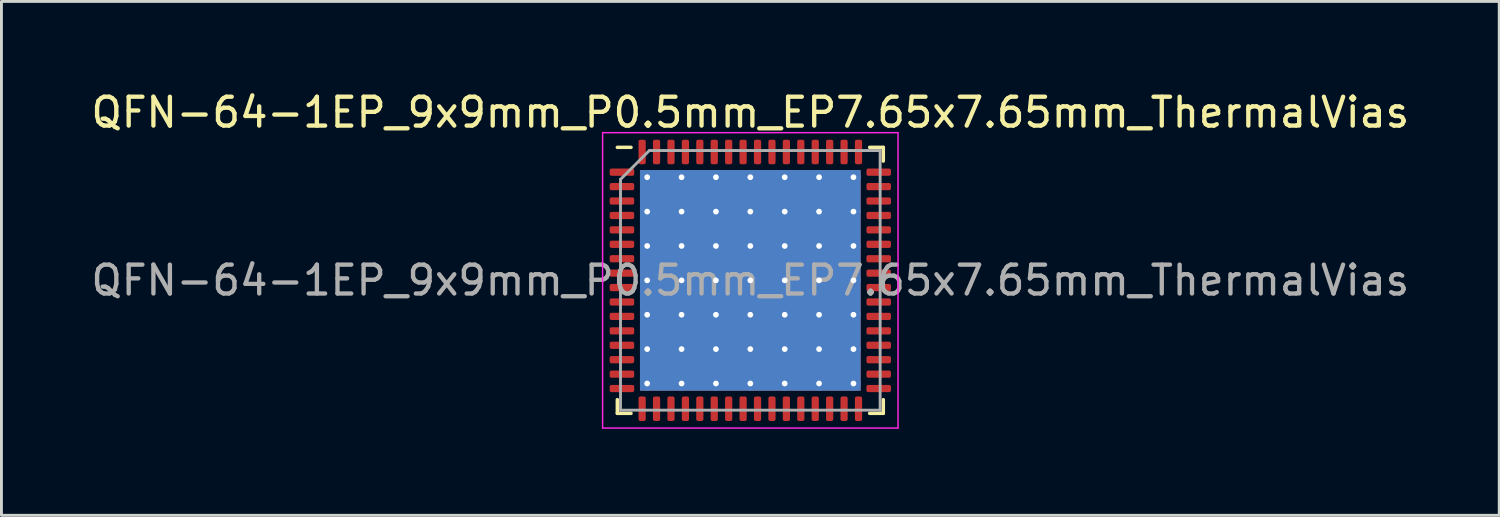
<source format=kicad_pcb>
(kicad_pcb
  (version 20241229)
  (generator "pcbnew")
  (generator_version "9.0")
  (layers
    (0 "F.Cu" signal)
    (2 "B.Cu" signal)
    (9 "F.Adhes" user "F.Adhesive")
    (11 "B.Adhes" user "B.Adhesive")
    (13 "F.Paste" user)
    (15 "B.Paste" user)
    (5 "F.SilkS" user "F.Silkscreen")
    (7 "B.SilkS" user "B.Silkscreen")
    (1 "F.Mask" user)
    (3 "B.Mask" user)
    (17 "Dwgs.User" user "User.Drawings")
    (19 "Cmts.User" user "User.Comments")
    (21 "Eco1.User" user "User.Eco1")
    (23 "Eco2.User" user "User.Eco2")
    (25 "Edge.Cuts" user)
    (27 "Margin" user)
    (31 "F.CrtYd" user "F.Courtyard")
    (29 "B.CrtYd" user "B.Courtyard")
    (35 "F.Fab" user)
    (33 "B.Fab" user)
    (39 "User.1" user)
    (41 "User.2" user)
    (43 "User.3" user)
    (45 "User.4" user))
  (footprint "QFN-64-1EP_9x9mm_P0.5mm_EP7.65x7.65mm_ThermalVias"
    (layer "F.Cu")
    (at 22.958 6.668)
    (property "Reference" "QFN-64-1EP_9x9mm_P0.5mm_EP7.65x7.65mm_ThermalVias" (at 0 -5.82 0) (layer "F.SilkS") (effects (font (size 1 1) (thickness 0.15))))
    (attr smd)
    (fp_line (start -4.61 4.61) (end -4.61 4.135) (stroke (width 0.12) (type solid)) (layer "F.SilkS"))
    (fp_line (start -4.135 -4.61) (end -4.61 -4.61) (stroke (width 0.12) (type solid)) (layer "F.SilkS"))
    (fp_line (start -4.135 4.61) (end -4.61 4.61) (stroke (width 0.12) (type solid)) (layer "F.SilkS"))
    (fp_line (start 4.135 -4.61) (end 4.61 -4.61) (stroke (width 0.12) (type solid)) (layer "F.SilkS"))
    (fp_line (start 4.135 4.61) (end 4.61 4.61) (stroke (width 0.12) (type solid)) (layer "F.SilkS"))
    (fp_line (start 4.61 -4.61) (end 4.61 -4.135) (stroke (width 0.12) (type solid)) (layer "F.SilkS"))
    (fp_line (start 4.61 4.61) (end 4.61 4.135) (stroke (width 0.12) (type solid)) (layer "F.SilkS"))
    (fp_line (start -5.12 -5.12) (end -5.12 5.12) (stroke (width 0.05) (type solid)) (layer "F.CrtYd"))
    (fp_line (start -5.12 5.12) (end 5.12 5.12) (stroke (width 0.05) (type solid)) (layer "F.CrtYd"))
    (fp_line (start 5.12 -5.12) (end -5.12 -5.12) (stroke (width 0.05) (type solid)) (layer "F.CrtYd"))
    (fp_line (start 5.12 5.12) (end 5.12 -5.12) (stroke (width 0.05) (type solid)) (layer "F.CrtYd"))
    (fp_line (start -4.5 -3.5) (end -3.5 -4.5) (stroke (width 0.1) (type solid)) (layer "F.Fab"))
    (fp_line (start -4.5 4.5) (end -4.5 -3.5) (stroke (width 0.1) (type solid)) (layer "F.Fab"))
    (fp_line (start -3.5 -4.5) (end 4.5 -4.5) (stroke (width 0.1) (type solid)) (layer "F.Fab"))
    (fp_line (start 4.5 -4.5) (end 4.5 4.5) (stroke (width 0.1) (type solid)) (layer "F.Fab"))
    (fp_line (start 4.5 4.5) (end -4.5 4.5) (stroke (width 0.1) (type solid)) (layer "F.Fab"))
    (fp_text user "${REFERENCE}" (at 0 0 0) (layer "F.Fab") (effects (font (size 1 1) (thickness 0.15))))
    (pad "" smd roundrect (at -2.979 -2.979) (size 1.028 1.028) (layers "F.Paste") (roundrect_rratio 0.243))
    (pad "" smd roundrect (at -2.979 -1.788) (size 1.028 1.028) (layers "F.Paste") (roundrect_rratio 0.243))
    (pad "" smd roundrect (at -2.979 -0.596) (size 1.028 1.028) (layers "F.Paste") (roundrect_rratio 0.243))
    (pad "" smd roundrect (at -2.979 0.596) (size 1.028 1.028) (layers "F.Paste") (roundrect_rratio 0.243))
    (pad "" smd roundrect (at -2.979 1.788) (size 1.028 1.028) (layers "F.Paste") (roundrect_rratio 0.243))
    (pad "" smd roundrect (at -2.979 2.979) (size 1.028 1.028) (layers "F.Paste") (roundrect_rratio 0.243))
    (pad "" smd roundrect (at -1.788 -2.979) (size 1.028 1.028) (layers "F.Paste") (roundrect_rratio 0.243))
    (pad "" smd roundrect (at -1.788 -1.788) (size 1.028 1.028) (layers "F.Paste") (roundrect_rratio 0.243))
    (pad "" smd roundrect (at -1.788 -0.596) (size 1.028 1.028) (layers "F.Paste") (roundrect_rratio 0.243))
    (pad "" smd roundrect (at -1.788 0.596) (size 1.028 1.028) (layers "F.Paste") (roundrect_rratio 0.243))
    (pad "" smd roundrect (at -1.788 1.788) (size 1.028 1.028) (layers "F.Paste") (roundrect_rratio 0.243))
    (pad "" smd roundrect (at -1.788 2.979) (size 1.028 1.028) (layers "F.Paste") (roundrect_rratio 0.243))
    (pad "" smd roundrect (at -0.596 -2.979) (size 1.028 1.028) (layers "F.Paste") (roundrect_rratio 0.243))
    (pad "" smd roundrect (at -0.596 -1.788) (size 1.028 1.028) (layers "F.Paste") (roundrect_rratio 0.243))
    (pad "" smd roundrect (at -0.596 -0.596) (size 1.028 1.028) (layers "F.Paste") (roundrect_rratio 0.243))
    (pad "" smd roundrect (at -0.596 0.596) (size 1.028 1.028) (layers "F.Paste") (roundrect_rratio 0.243))
    (pad "" smd roundrect (at -0.596 1.788) (size 1.028 1.028) (layers "F.Paste") (roundrect_rratio 0.243))
    (pad "" smd roundrect (at -0.596 2.979) (size 1.028 1.028) (layers "F.Paste") (roundrect_rratio 0.243))
    (pad "" smd roundrect (at 0.596 -2.979) (size 1.028 1.028) (layers "F.Paste") (roundrect_rratio 0.243))
    (pad "" smd roundrect (at 0.596 -1.788) (size 1.028 1.028) (layers "F.Paste") (roundrect_rratio 0.243))
    (pad "" smd roundrect (at 0.596 -0.596) (size 1.028 1.028) (layers "F.Paste") (roundrect_rratio 0.243))
    (pad "" smd roundrect (at 0.596 0.596) (size 1.028 1.028) (layers "F.Paste") (roundrect_rratio 0.243))
    (pad "" smd roundrect (at 0.596 1.788) (size 1.028 1.028) (layers "F.Paste") (roundrect_rratio 0.243))
    (pad "" smd roundrect (at 0.596 2.979) (size 1.028 1.028) (layers "F.Paste") (roundrect_rratio 0.243))
    (pad "" smd roundrect (at 1.788 -2.979) (size 1.028 1.028) (layers "F.Paste") (roundrect_rratio 0.243))
    (pad "" smd roundrect (at 1.788 -1.788) (size 1.028 1.028) (layers "F.Paste") (roundrect_rratio 0.243))
    (pad "" smd roundrect (at 1.788 -0.596) (size 1.028 1.028) (layers "F.Paste") (roundrect_rratio 0.243))
    (pad "" smd roundrect (at 1.788 0.596) (size 1.028 1.028) (layers "F.Paste") (roundrect_rratio 0.243))
    (pad "" smd roundrect (at 1.788 1.788) (size 1.028 1.028) (layers "F.Paste") (roundrect_rratio 0.243))
    (pad "" smd roundrect (at 1.788 2.979) (size 1.028 1.028) (layers "F.Paste") (roundrect_rratio 0.243))
    (pad "" smd roundrect (at 2.979 -2.979) (size 1.028 1.028) (layers "F.Paste") (roundrect_rratio 0.243))
    (pad "" smd roundrect (at 2.979 -1.788) (size 1.028 1.028) (layers "F.Paste") (roundrect_rratio 0.243))
    (pad "" smd roundrect (at 2.979 -0.596) (size 1.028 1.028) (layers "F.Paste") (roundrect_rratio 0.243))
    (pad "" smd roundrect (at 2.979 0.596) (size 1.028 1.028) (layers "F.Paste") (roundrect_rratio 0.243))
    (pad "" smd roundrect (at 2.979 1.788) (size 1.028 1.028) (layers "F.Paste") (roundrect_rratio 0.243))
    (pad "" smd roundrect (at 2.979 2.979) (size 1.028 1.028) (layers "F.Paste") (roundrect_rratio 0.243))
    (pad "1" smd roundrect (at -4.45 -3.75) (size 0.85 0.25) (layers "F.Cu" "F.Mask" "F.Paste") (roundrect_rratio 0.25))
    (pad "2" smd roundrect (at -4.45 -3.25) (size 0.85 0.25) (layers "F.Cu" "F.Mask" "F.Paste") (roundrect_rratio 0.25))
    (pad "3" smd roundrect (at -4.45 -2.75) (size 0.85 0.25) (layers "F.Cu" "F.Mask" "F.Paste") (roundrect_rratio 0.25))
    (pad "4" smd roundrect (at -4.45 -2.25) (size 0.85 0.25) (layers "F.Cu" "F.Mask" "F.Paste") (roundrect_rratio 0.25))
    (pad "5" smd roundrect (at -4.45 -1.75) (size 0.85 0.25) (layers "F.Cu" "F.Mask" "F.Paste") (roundrect_rratio 0.25))
    (pad "6" smd roundrect (at -4.45 -1.25) (size 0.85 0.25) (layers "F.Cu" "F.Mask" "F.Paste") (roundrect_rratio 0.25))
    (pad "7" smd roundrect (at -4.45 -0.75) (size 0.85 0.25) (layers "F.Cu" "F.Mask" "F.Paste") (roundrect_rratio 0.25))
    (pad "8" smd roundrect (at -4.45 -0.25) (size 0.85 0.25) (layers "F.Cu" "F.Mask" "F.Paste") (roundrect_rratio 0.25))
    (pad "9" smd roundrect (at -4.45 0.25) (size 0.85 0.25) (layers "F.Cu" "F.Mask" "F.Paste") (roundrect_rratio 0.25))
    (pad "10" smd roundrect (at -4.45 0.75) (size 0.85 0.25) (layers "F.Cu" "F.Mask" "F.Paste") (roundrect_rratio 0.25))
    (pad "11" smd roundrect (at -4.45 1.25) (size 0.85 0.25) (layers "F.Cu" "F.Mask" "F.Paste") (roundrect_rratio 0.25))
    (pad "12" smd roundrect (at -4.45 1.75) (size 0.85 0.25) (layers "F.Cu" "F.Mask" "F.Paste") (roundrect_rratio 0.25))
    (pad "13" smd roundrect (at -4.45 2.25) (size 0.85 0.25) (layers "F.Cu" "F.Mask" "F.Paste") (roundrect_rratio 0.25))
    (pad "14" smd roundrect (at -4.45 2.75) (size 0.85 0.25) (layers "F.Cu" "F.Mask" "F.Paste") (roundrect_rratio 0.25))
    (pad "15" smd roundrect (at -4.45 3.25) (size 0.85 0.25) (layers "F.Cu" "F.Mask" "F.Paste") (roundrect_rratio 0.25))
    (pad "16" smd roundrect (at -4.45 3.75) (size 0.85 0.25) (layers "F.Cu" "F.Mask" "F.Paste") (roundrect_rratio 0.25))
    (pad "17" smd roundrect (at -3.75 4.45) (size 0.25 0.85) (layers "F.Cu" "F.Mask" "F.Paste") (roundrect_rratio 0.25))
    (pad "18" smd roundrect (at -3.25 4.45) (size 0.25 0.85) (layers "F.Cu" "F.Mask" "F.Paste") (roundrect_rratio 0.25))
    (pad "19" smd roundrect (at -2.75 4.45) (size 0.25 0.85) (layers "F.Cu" "F.Mask" "F.Paste") (roundrect_rratio 0.25))
    (pad "20" smd roundrect (at -2.25 4.45) (size 0.25 0.85) (layers "F.Cu" "F.Mask" "F.Paste") (roundrect_rratio 0.25))
    (pad "21" smd roundrect (at -1.75 4.45) (size 0.25 0.85) (layers "F.Cu" "F.Mask" "F.Paste") (roundrect_rratio 0.25))
    (pad "22" smd roundrect (at -1.25 4.45) (size 0.25 0.85) (layers "F.Cu" "F.Mask" "F.Paste") (roundrect_rratio 0.25))
    (pad "23" smd roundrect (at -0.75 4.45) (size 0.25 0.85) (layers "F.Cu" "F.Mask" "F.Paste") (roundrect_rratio 0.25))
    (pad "24" smd roundrect (at -0.25 4.45) (size 0.25 0.85) (layers "F.Cu" "F.Mask" "F.Paste") (roundrect_rratio 0.25))
    (pad "25" smd roundrect (at 0.25 4.45) (size 0.25 0.85) (layers "F.Cu" "F.Mask" "F.Paste") (roundrect_rratio 0.25))
    (pad "26" smd roundrect (at 0.75 4.45) (size 0.25 0.85) (layers "F.Cu" "F.Mask" "F.Paste") (roundrect_rratio 0.25))
    (pad "27" smd roundrect (at 1.25 4.45) (size 0.25 0.85) (layers "F.Cu" "F.Mask" "F.Paste") (roundrect_rratio 0.25))
    (pad "28" smd roundrect (at 1.75 4.45) (size 0.25 0.85) (layers "F.Cu" "F.Mask" "F.Paste") (roundrect_rratio 0.25))
    (pad "29" smd roundrect (at 2.25 4.45) (size 0.25 0.85) (layers "F.Cu" "F.Mask" "F.Paste") (roundrect_rratio 0.25))
    (pad "30" smd roundrect (at 2.75 4.45) (size 0.25 0.85) (layers "F.Cu" "F.Mask" "F.Paste") (roundrect_rratio 0.25))
    (pad "31" smd roundrect (at 3.25 4.45) (size 0.25 0.85) (layers "F.Cu" "F.Mask" "F.Paste") (roundrect_rratio 0.25))
    (pad "32" smd roundrect (at 3.75 4.45) (size 0.25 0.85) (layers "F.Cu" "F.Mask" "F.Paste") (roundrect_rratio 0.25))
    (pad "33" smd roundrect (at 4.45 3.75) (size 0.85 0.25) (layers "F.Cu" "F.Mask" "F.Paste") (roundrect_rratio 0.25))
    (pad "34" smd roundrect (at 4.45 3.25) (size 0.85 0.25) (layers "F.Cu" "F.Mask" "F.Paste") (roundrect_rratio 0.25))
    (pad "35" smd roundrect (at 4.45 2.75) (size 0.85 0.25) (layers "F.Cu" "F.Mask" "F.Paste") (roundrect_rratio 0.25))
    (pad "36" smd roundrect (at 4.45 2.25) (size 0.85 0.25) (layers "F.Cu" "F.Mask" "F.Paste") (roundrect_rratio 0.25))
    (pad "37" smd roundrect (at 4.45 1.75) (size 0.85 0.25) (layers "F.Cu" "F.Mask" "F.Paste") (roundrect_rratio 0.25))
    (pad "38" smd roundrect (at 4.45 1.25) (size 0.85 0.25) (layers "F.Cu" "F.Mask" "F.Paste") (roundrect_rratio 0.25))
    (pad "39" smd roundrect (at 4.45 0.75) (size 0.85 0.25) (layers "F.Cu" "F.Mask" "F.Paste") (roundrect_rratio 0.25))
    (pad "40" smd roundrect (at 4.45 0.25) (size 0.85 0.25) (layers "F.Cu" "F.Mask" "F.Paste") (roundrect_rratio 0.25))
    (pad "41" smd roundrect (at 4.45 -0.25) (size 0.85 0.25) (layers "F.Cu" "F.Mask" "F.Paste") (roundrect_rratio 0.25))
    (pad "42" smd roundrect (at 4.45 -0.75) (size 0.85 0.25) (layers "F.Cu" "F.Mask" "F.Paste") (roundrect_rratio 0.25))
    (pad "43" smd roundrect (at 4.45 -1.25) (size 0.85 0.25) (layers "F.Cu" "F.Mask" "F.Paste") (roundrect_rratio 0.25))
    (pad "44" smd roundrect (at 4.45 -1.75) (size 0.85 0.25) (layers "F.Cu" "F.Mask" "F.Paste") (roundrect_rratio 0.25))
    (pad "45" smd roundrect (at 4.45 -2.25) (size 0.85 0.25) (layers "F.Cu" "F.Mask" "F.Paste") (roundrect_rratio 0.25))
    (pad "46" smd roundrect (at 4.45 -2.75) (size 0.85 0.25) (layers "F.Cu" "F.Mask" "F.Paste") (roundrect_rratio 0.25))
    (pad "47" smd roundrect (at 4.45 -3.25) (size 0.85 0.25) (layers "F.Cu" "F.Mask" "F.Paste") (roundrect_rratio 0.25))
    (pad "48" smd roundrect (at 4.45 -3.75) (size 0.85 0.25) (layers "F.Cu" "F.Mask" "F.Paste") (roundrect_rratio 0.25))
    (pad "49" smd roundrect (at 3.75 -4.45) (size 0.25 0.85) (layers "F.Cu" "F.Mask" "F.Paste") (roundrect_rratio 0.25))
    (pad "50" smd roundrect (at 3.25 -4.45) (size 0.25 0.85) (layers "F.Cu" "F.Mask" "F.Paste") (roundrect_rratio 0.25))
    (pad "51" smd roundrect (at 2.75 -4.45) (size 0.25 0.85) (layers "F.Cu" "F.Mask" "F.Paste") (roundrect_rratio 0.25))
    (pad "52" smd roundrect (at 2.25 -4.45) (size 0.25 0.85) (layers "F.Cu" "F.Mask" "F.Paste") (roundrect_rratio 0.25))
    (pad "53" smd roundrect (at 1.75 -4.45) (size 0.25 0.85) (layers "F.Cu" "F.Mask" "F.Paste") (roundrect_rratio 0.25))
    (pad "54" smd roundrect (at 1.25 -4.45) (size 0.25 0.85) (layers "F.Cu" "F.Mask" "F.Paste") (roundrect_rratio 0.25))
    (pad "55" smd roundrect (at 0.75 -4.45) (size 0.25 0.85) (layers "F.Cu" "F.Mask" "F.Paste") (roundrect_rratio 0.25))
    (pad "56" smd roundrect (at 0.25 -4.45) (size 0.25 0.85) (layers "F.Cu" "F.Mask" "F.Paste") (roundrect_rratio 0.25))
    (pad "57" smd roundrect (at -0.25 -4.45) (size 0.25 0.85) (layers "F.Cu" "F.Mask" "F.Paste") (roundrect_rratio 0.25))
    (pad "58" smd roundrect (at -0.75 -4.45) (size 0.25 0.85) (layers "F.Cu" "F.Mask" "F.Paste") (roundrect_rratio 0.25))
    (pad "59" smd roundrect (at -1.25 -4.45) (size 0.25 0.85) (layers "F.Cu" "F.Mask" "F.Paste") (roundrect_rratio 0.25))
    (pad "60" smd roundrect (at -1.75 -4.45) (size 0.25 0.85) (layers "F.Cu" "F.Mask" "F.Paste") (roundrect_rratio 0.25))
    (pad "61" smd roundrect (at -2.25 -4.45) (size 0.25 0.85) (layers "F.Cu" "F.Mask" "F.Paste") (roundrect_rratio 0.25))
    (pad "62" smd roundrect (at -2.75 -4.45) (size 0.25 0.85) (layers "F.Cu" "F.Mask" "F.Paste") (roundrect_rratio 0.25))
    (pad "63" smd roundrect (at -3.25 -4.45) (size 0.25 0.85) (layers "F.Cu" "F.Mask" "F.Paste") (roundrect_rratio 0.25))
    (pad "64" smd roundrect (at -3.75 -4.45) (size 0.25 0.85) (layers "F.Cu" "F.Mask" "F.Paste") (roundrect_rratio 0.25))
    (pad "65" thru_hole circle (at -3.575 -3.575) (size 0.5 0.5) (drill 0.2) (layers "*.Cu"))
    (pad "65" thru_hole circle (at -3.575 -2.383) (size 0.5 0.5) (drill 0.2) (layers "*.Cu"))
    (pad "65" thru_hole circle (at -3.575 -1.192) (size 0.5 0.5) (drill 0.2) (layers "*.Cu"))
    (pad "65" thru_hole circle (at -3.575 0) (size 0.5 0.5) (drill 0.2) (layers "*.Cu"))
    (pad "65" thru_hole circle (at -3.575 1.192) (size 0.5 0.5) (drill 0.2) (layers "*.Cu"))
    (pad "65" thru_hole circle (at -3.575 2.383) (size 0.5 0.5) (drill 0.2) (layers "*.Cu"))
    (pad "65" thru_hole circle (at -3.575 3.575) (size 0.5 0.5) (drill 0.2) (layers "*.Cu"))
    (pad "65" thru_hole circle (at -2.383 -3.575) (size 0.5 0.5) (drill 0.2) (layers "*.Cu"))
    (pad "65" thru_hole circle (at -2.383 -2.383) (size 0.5 0.5) (drill 0.2) (layers "*.Cu"))
    (pad "65" thru_hole circle (at -2.383 -1.192) (size 0.5 0.5) (drill 0.2) (layers "*.Cu"))
    (pad "65" thru_hole circle (at -2.383 0) (size 0.5 0.5) (drill 0.2) (layers "*.Cu"))
    (pad "65" thru_hole circle (at -2.383 1.192) (size 0.5 0.5) (drill 0.2) (layers "*.Cu"))
    (pad "65" thru_hole circle (at -2.383 2.383) (size 0.5 0.5) (drill 0.2) (layers "*.Cu"))
    (pad "65" thru_hole circle (at -2.383 3.575) (size 0.5 0.5) (drill 0.2) (layers "*.Cu"))
    (pad "65" thru_hole circle (at -1.192 -3.575) (size 0.5 0.5) (drill 0.2) (layers "*.Cu"))
    (pad "65" thru_hole circle (at -1.192 -2.383) (size 0.5 0.5) (drill 0.2) (layers "*.Cu"))
    (pad "65" thru_hole circle (at -1.192 -1.192) (size 0.5 0.5) (drill 0.2) (layers "*.Cu"))
    (pad "65" thru_hole circle (at -1.192 0) (size 0.5 0.5) (drill 0.2) (layers "*.Cu"))
    (pad "65" thru_hole circle (at -1.192 1.192) (size 0.5 0.5) (drill 0.2) (layers "*.Cu"))
    (pad "65" thru_hole circle (at -1.192 2.383) (size 0.5 0.5) (drill 0.2) (layers "*.Cu"))
    (pad "65" thru_hole circle (at -1.192 3.575) (size 0.5 0.5) (drill 0.2) (layers "*.Cu"))
    (pad "65" thru_hole circle (at 0 -3.575) (size 0.5 0.5) (drill 0.2) (layers "*.Cu"))
    (pad "65" thru_hole circle (at 0 -2.383) (size 0.5 0.5) (drill 0.2) (layers "*.Cu"))
    (pad "65" thru_hole circle (at 0 -1.192) (size 0.5 0.5) (drill 0.2) (layers "*.Cu"))
    (pad "65" thru_hole circle (at 0 0) (size 0.5 0.5) (drill 0.2) (layers "*.Cu"))
    (pad "65" smd rect (at 0 0) (size 7.65 7.65) (layers "F.Cu" "F.Mask"))
    (pad "65" smd rect (at 0 0) (size 7.65 7.65) (layers "B.Cu"))
    (pad "65" thru_hole circle (at 0 1.192) (size 0.5 0.5) (drill 0.2) (layers "*.Cu"))
    (pad "65" thru_hole circle (at 0 2.383) (size 0.5 0.5) (drill 0.2) (layers "*.Cu"))
    (pad "65" thru_hole circle (at 0 3.575) (size 0.5 0.5) (drill 0.2) (layers "*.Cu"))
    (pad "65" thru_hole circle (at 1.192 -3.575) (size 0.5 0.5) (drill 0.2) (layers "*.Cu"))
    (pad "65" thru_hole circle (at 1.192 -2.383) (size 0.5 0.5) (drill 0.2) (layers "*.Cu"))
    (pad "65" thru_hole circle (at 1.192 -1.192) (size 0.5 0.5) (drill 0.2) (layers "*.Cu"))
    (pad "65" thru_hole circle (at 1.192 0) (size 0.5 0.5) (drill 0.2) (layers "*.Cu"))
    (pad "65" thru_hole circle (at 1.192 1.192) (size 0.5 0.5) (drill 0.2) (layers "*.Cu"))
    (pad "65" thru_hole circle (at 1.192 2.383) (size 0.5 0.5) (drill 0.2) (layers "*.Cu"))
    (pad "65" thru_hole circle (at 1.192 3.575) (size 0.5 0.5) (drill 0.2) (layers "*.Cu"))
    (pad "65" thru_hole circle (at 2.383 -3.575) (size 0.5 0.5) (drill 0.2) (layers "*.Cu"))
    (pad "65" thru_hole circle (at 2.383 -2.383) (size 0.5 0.5) (drill 0.2) (layers "*.Cu"))
    (pad "65" thru_hole circle (at 2.383 -1.192) (size 0.5 0.5) (drill 0.2) (layers "*.Cu"))
    (pad "65" thru_hole circle (at 2.383 0) (size 0.5 0.5) (drill 0.2) (layers "*.Cu"))
    (pad "65" thru_hole circle (at 2.383 1.192) (size 0.5 0.5) (drill 0.2) (layers "*.Cu"))
    (pad "65" thru_hole circle (at 2.383 2.383) (size 0.5 0.5) (drill 0.2) (layers "*.Cu"))
    (pad "65" thru_hole circle (at 2.383 3.575) (size 0.5 0.5) (drill 0.2) (layers "*.Cu"))
    (pad "65" thru_hole circle (at 3.575 -3.575) (size 0.5 0.5) (drill 0.2) (layers "*.Cu"))
    (pad "65" thru_hole circle (at 3.575 -2.383) (size 0.5 0.5) (drill 0.2) (layers "*.Cu"))
    (pad "65" thru_hole circle (at 3.575 -1.192) (size 0.5 0.5) (drill 0.2) (layers "*.Cu"))
    (pad "65" thru_hole circle (at 3.575 0) (size 0.5 0.5) (drill 0.2) (layers "*.Cu"))
    (pad "65" thru_hole circle (at 3.575 1.192) (size 0.5 0.5) (drill 0.2) (layers "*.Cu"))
    (pad "65" thru_hole circle (at 3.575 2.383) (size 0.5 0.5) (drill 0.2) (layers "*.Cu"))
    (pad "65" thru_hole circle (at 3.575 3.575) (size 0.5 0.5) (drill 0.2) (layers "*.Cu")))
  (gr_rect
    (start -3 -3)
    (end 48.917 14.813)
    (stroke (width 0.1) (type default))
    (fill no)
    (layer "Edge.Cuts")))
</source>
